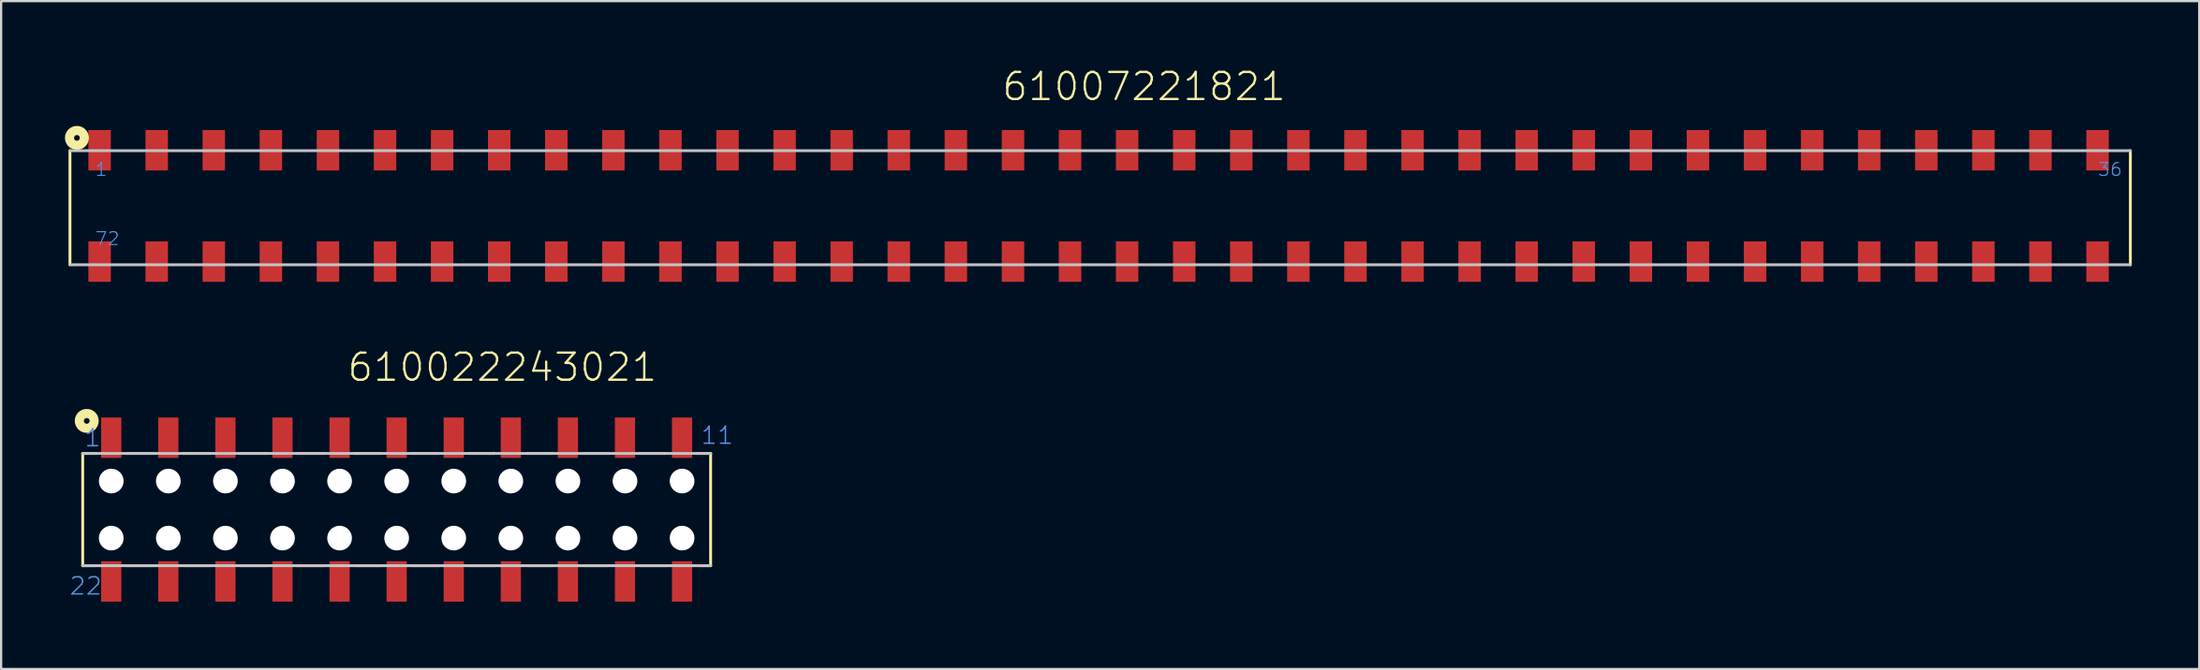
<source format=kicad_pcb>
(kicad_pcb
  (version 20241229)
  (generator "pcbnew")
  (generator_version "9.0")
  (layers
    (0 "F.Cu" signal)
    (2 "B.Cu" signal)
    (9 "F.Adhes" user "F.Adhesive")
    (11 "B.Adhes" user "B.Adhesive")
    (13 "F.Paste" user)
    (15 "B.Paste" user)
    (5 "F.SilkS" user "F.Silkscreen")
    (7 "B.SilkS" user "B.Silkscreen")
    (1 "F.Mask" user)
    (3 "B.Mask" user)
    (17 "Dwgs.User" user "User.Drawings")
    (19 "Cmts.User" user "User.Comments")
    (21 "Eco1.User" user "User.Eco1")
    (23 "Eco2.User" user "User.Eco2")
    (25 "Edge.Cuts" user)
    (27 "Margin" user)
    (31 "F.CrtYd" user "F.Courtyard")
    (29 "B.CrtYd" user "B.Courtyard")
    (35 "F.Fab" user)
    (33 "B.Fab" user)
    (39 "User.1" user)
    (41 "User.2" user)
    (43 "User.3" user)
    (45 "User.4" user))
  (footprint "610022243021"
    (layer "F.Cu")
    (at 14.6 19.644)
    (property "Reference" "610022243021" (at -2.258 -5.632 0) (layer "F.SilkS") (effects (font (size 1.206 1.206) (thickness 0.102)) (justify left bottom)))
    (attr through_hole)
    (fp_line (start -13.97 -2.5) (end -13.97 2.5) (stroke (width 0.127) (type solid)) (layer "F.SilkS"))
    (fp_line (start -13.37 -2.5) (end -13.97 -2.5) (stroke (width 0.127) (type solid)) (layer "F.SilkS"))
    (fp_line (start -13.35 2.5) (end -13.97 2.5) (stroke (width 0.127) (type solid)) (layer "F.SilkS"))
    (fp_line (start -12.05 -2.5) (end -10.86 -2.5) (stroke (width 0.127) (type solid)) (layer "F.SilkS"))
    (fp_line (start -12.03 2.5) (end -10.84 2.5) (stroke (width 0.127) (type solid)) (layer "F.SilkS"))
    (fp_line (start -9.51 -2.5) (end -8.31 -2.5) (stroke (width 0.127) (type solid)) (layer "F.SilkS"))
    (fp_line (start -9.48 2.5) (end -8.28 2.5) (stroke (width 0.127) (type solid)) (layer "F.SilkS"))
    (fp_line (start -6.96 2.5) (end -5.79 2.5) (stroke (width 0.127) (type solid)) (layer "F.SilkS"))
    (fp_line (start -6.95 -2.5) (end -5.78 -2.5) (stroke (width 0.127) (type solid)) (layer "F.SilkS"))
    (fp_line (start -4.45 -2.5) (end -3.18 -2.5) (stroke (width 0.127) (type solid)) (layer "F.SilkS"))
    (fp_line (start -4.41 2.5) (end -3.25 2.5) (stroke (width 0.127) (type solid)) (layer "F.SilkS"))
    (fp_line (start -1.88 -2.5) (end -0.71 -2.5) (stroke (width 0.127) (type solid)) (layer "F.SilkS"))
    (fp_line (start -1.85 2.5) (end -0.71 2.5) (stroke (width 0.127) (type solid)) (layer "F.SilkS"))
    (fp_line (start 0.66 -2.5) (end 1.86 -2.5) (stroke (width 0.127) (type solid)) (layer "F.SilkS"))
    (fp_line (start 0.67 2.5) (end 1.85 2.5) (stroke (width 0.127) (type solid)) (layer "F.SilkS"))
    (fp_line (start 3.25 -2.5) (end 4.33 -2.5) (stroke (width 0.127) (type solid)) (layer "F.SilkS"))
    (fp_line (start 3.27 2.5) (end 4.37 2.5) (stroke (width 0.127) (type solid)) (layer "F.SilkS"))
    (fp_line (start 4.33 -2.5) (end 4.33 -2.51) (stroke (width 0.127) (type solid)) (layer "F.SilkS"))
    (fp_line (start 5.8 -2.5) (end 6.94 -2.5) (stroke (width 0.127) (type solid)) (layer "F.SilkS"))
    (fp_line (start 5.83 2.5) (end 6.91 2.5) (stroke (width 0.127) (type solid)) (layer "F.SilkS"))
    (fp_line (start 8.29 -2.5) (end 9.44 -2.5) (stroke (width 0.127) (type solid)) (layer "F.SilkS"))
    (fp_line (start 8.33 2.5) (end 9.41 2.5) (stroke (width 0.127) (type solid)) (layer "F.SilkS"))
    (fp_line (start 10.82 -2.5) (end 11.97 -2.5) (stroke (width 0.127) (type solid)) (layer "F.SilkS"))
    (fp_line (start 10.88 2.5) (end 12.01 2.5) (stroke (width 0.127) (type solid)) (layer "F.SilkS"))
    (fp_line (start 13.38 -2.5) (end 13.97 -2.5) (stroke (width 0.127) (type solid)) (layer "F.SilkS"))
    (fp_line (start 13.43 2.5) (end 13.97 2.5) (stroke (width 0.127) (type solid)) (layer "F.SilkS"))
    (fp_line (start 13.97 2.5) (end 13.97 -2.5) (stroke (width 0.127) (type solid)) (layer "F.SilkS"))
    (fp_circle (center -13.79 -3.95) (end -13.663 -3.95) (stroke (width 0.406) (type solid)) (fill no) (layer "F.SilkS"))
    (fp_line (start -13.97 -2.5) (end 13.97 -2.5) (stroke (width 0.127) (type solid)) (layer "Dwgs.User"))
    (fp_line (start -13.97 2.5) (end 13.97 2.5) (stroke (width 0.127) (type solid)) (layer "Dwgs.User"))
    (fp_text user "11" (at 13.5 -2.86 0) (layer "Cmts.User") (effects (font (size 0.76 0.76) (thickness 0.064)) (justify left bottom)))
    (fp_text user "22" (at -14.6 3.85 0) (layer "Cmts.User") (effects (font (size 0.76 0.76) (thickness 0.064)) (justify left bottom)))
    (fp_text user "1" (at -13.93 -2.75 0) (layer "Cmts.User") (effects (font (size 0.76 0.76) (thickness 0.064)) (justify left bottom)))
    (pad "" np_thru_hole circle (at -12.7 -1.27) (size 1.1 1.1) (drill 1.1) (layers "*.Cu"))
    (pad "" np_thru_hole circle (at -12.7 1.27) (size 1.1 1.1) (drill 1.1) (layers "*.Cu"))
    (pad "" np_thru_hole circle (at -10.16 -1.27) (size 1.1 1.1) (drill 1.1) (layers "*.Cu"))
    (pad "" np_thru_hole circle (at -10.16 1.27) (size 1.1 1.1) (drill 1.1) (layers "*.Cu"))
    (pad "" np_thru_hole circle (at -7.62 -1.27) (size 1.1 1.1) (drill 1.1) (layers "*.Cu"))
    (pad "" np_thru_hole circle (at -7.62 1.27) (size 1.1 1.1) (drill 1.1) (layers "*.Cu"))
    (pad "" np_thru_hole circle (at -5.08 -1.27) (size 1.1 1.1) (drill 1.1) (layers "*.Cu"))
    (pad "" np_thru_hole circle (at -5.08 1.27) (size 1.1 1.1) (drill 1.1) (layers "*.Cu"))
    (pad "" np_thru_hole circle (at -2.54 -1.27) (size 1.1 1.1) (drill 1.1) (layers "*.Cu"))
    (pad "" np_thru_hole circle (at -2.54 1.27) (size 1.1 1.1) (drill 1.1) (layers "*.Cu"))
    (pad "" np_thru_hole circle (at 0 -1.27) (size 1.1 1.1) (drill 1.1) (layers "*.Cu"))
    (pad "" np_thru_hole circle (at 0 1.27) (size 1.1 1.1) (drill 1.1) (layers "*.Cu"))
    (pad "" np_thru_hole circle (at 2.54 -1.27) (size 1.1 1.1) (drill 1.1) (layers "*.Cu"))
    (pad "" np_thru_hole circle (at 2.54 1.27) (size 1.1 1.1) (drill 1.1) (layers "*.Cu"))
    (pad "" np_thru_hole circle (at 5.08 -1.27) (size 1.1 1.1) (drill 1.1) (layers "*.Cu"))
    (pad "" np_thru_hole circle (at 5.08 1.27) (size 1.1 1.1) (drill 1.1) (layers "*.Cu"))
    (pad "" np_thru_hole circle (at 7.62 -1.27) (size 1.1 1.1) (drill 1.1) (layers "*.Cu"))
    (pad "" np_thru_hole circle (at 7.62 1.27) (size 1.1 1.1) (drill 1.1) (layers "*.Cu"))
    (pad "" np_thru_hole circle (at 10.16 -1.27) (size 1.1 1.1) (drill 1.1) (layers "*.Cu"))
    (pad "" np_thru_hole circle (at 10.16 1.27) (size 1.1 1.1) (drill 1.1) (layers "*.Cu"))
    (pad "" np_thru_hole circle (at 12.7 -1.27) (size 1.1 1.1) (drill 1.1) (layers "*.Cu"))
    (pad "" np_thru_hole circle (at 12.7 1.27) (size 1.1 1.1) (drill 1.1) (layers "*.Cu"))
    (pad "1" smd rect (at -12.7 -3.2 90) (size 1.8 0.9) (layers "F.Cu" "F.Mask" "F.Paste"))
    (pad "2" smd rect (at -10.16 -3.2 90) (size 1.8 0.9) (layers "F.Cu" "F.Mask" "F.Paste"))
    (pad "3" smd rect (at -7.62 -3.2 90) (size 1.8 0.9) (layers "F.Cu" "F.Mask" "F.Paste"))
    (pad "4" smd rect (at -5.08 -3.2 90) (size 1.8 0.9) (layers "F.Cu" "F.Mask" "F.Paste"))
    (pad "5" smd rect (at -2.54 -3.2 90) (size 1.8 0.9) (layers "F.Cu" "F.Mask" "F.Paste"))
    (pad "6" smd rect (at 0 -3.2 90) (size 1.8 0.9) (layers "F.Cu" "F.Mask" "F.Paste"))
    (pad "7" smd rect (at 2.54 -3.2 90) (size 1.8 0.9) (layers "F.Cu" "F.Mask" "F.Paste"))
    (pad "8" smd rect (at 5.08 -3.2 90) (size 1.8 0.9) (layers "F.Cu" "F.Mask" "F.Paste"))
    (pad "9" smd rect (at 7.62 -3.2 90) (size 1.8 0.9) (layers "F.Cu" "F.Mask" "F.Paste"))
    (pad "10" smd rect (at 10.16 -3.2 90) (size 1.8 0.9) (layers "F.Cu" "F.Mask" "F.Paste"))
    (pad "11" smd rect (at 12.7 -3.2 90) (size 1.8 0.9) (layers "F.Cu" "F.Mask" "F.Paste"))
    (pad "12" smd rect (at 12.7 3.2 90) (size 1.8 0.9) (layers "F.Cu" "F.Mask" "F.Paste"))
    (pad "13" smd rect (at 10.16 3.2 90) (size 1.8 0.9) (layers "F.Cu" "F.Mask" "F.Paste"))
    (pad "14" smd rect (at 7.62 3.2 90) (size 1.8 0.9) (layers "F.Cu" "F.Mask" "F.Paste"))
    (pad "15" smd rect (at 5.08 3.2 90) (size 1.8 0.9) (layers "F.Cu" "F.Mask" "F.Paste"))
    (pad "16" smd rect (at 2.54 3.2 90) (size 1.8 0.9) (layers "F.Cu" "F.Mask" "F.Paste"))
    (pad "17" smd rect (at 0 3.2 90) (size 1.8 0.9) (layers "F.Cu" "F.Mask" "F.Paste"))
    (pad "18" smd rect (at -2.54 3.2 90) (size 1.8 0.9) (layers "F.Cu" "F.Mask" "F.Paste"))
    (pad "19" smd rect (at -5.08 3.2 90) (size 1.8 0.9) (layers "F.Cu" "F.Mask" "F.Paste"))
    (pad "20" smd rect (at -7.62 3.2 90) (size 1.8 0.9) (layers "F.Cu" "F.Mask" "F.Paste"))
    (pad "21" smd rect (at -10.16 3.2 90) (size 1.8 0.9) (layers "F.Cu" "F.Mask" "F.Paste"))
    (pad "22" smd rect (at -12.7 3.2 90) (size 1.8 0.9) (layers "F.Cu" "F.Mask" "F.Paste")))
  (footprint "61007221821"
    (layer "F.Cu")
    (at 44.563 6.121)
    (property "Reference" "61007221821" (at -3.09 -4.61 0) (layer "F.SilkS") (effects (font (size 1.206 1.206) (thickness 0.102)) (justify left bottom)))
    (attr through_hole)
    (fp_line (start -44.5 -2.46) (end -44.5 2.62) (stroke (width 0.127) (type solid)) (layer "F.SilkS"))
    (fp_line (start 47.18 -2.46) (end 47.18 2.62) (stroke (width 0.127) (type solid)) (layer "F.SilkS"))
    (fp_circle (center -44.19 -3.03) (end -44.063 -3.03) (stroke (width 0.406) (type solid)) (fill no) (layer "F.SilkS"))
    (fp_line (start -44.5 2.62) (end 47.18 2.62) (stroke (width 0.127) (type solid)) (layer "Dwgs.User"))
    (fp_line (start 47.18 -2.46) (end -44.5 -2.46) (stroke (width 0.127) (type solid)) (layer "Dwgs.User"))
    (fp_text user "72" (at -43.41 1.79 0) (layer "Cmts.User") (effects (font (size 0.57 0.57) (thickness 0.048)) (justify left bottom)))
    (fp_text user "36" (at 45.7 -1.29 0) (layer "Cmts.User") (effects (font (size 0.57 0.57) (thickness 0.048)) (justify left bottom)))
    (fp_text user "1" (at -43.41 -1.29 0) (layer "Cmts.User") (effects (font (size 0.57 0.57) (thickness 0.048)) (justify left bottom)))
    (pad "1" smd rect (at -43.18 -2.48 90) (size 1.8 1) (layers "F.Cu" "F.Mask" "F.Paste"))
    (pad "2" smd rect (at -40.64 -2.48 90) (size 1.8 1) (layers "F.Cu" "F.Mask" "F.Paste"))
    (pad "3" smd rect (at -38.1 -2.48 90) (size 1.8 1) (layers "F.Cu" "F.Mask" "F.Paste"))
    (pad "4" smd rect (at -35.56 -2.48 90) (size 1.8 1) (layers "F.Cu" "F.Mask" "F.Paste"))
    (pad "5" smd rect (at -33.02 -2.48 90) (size 1.8 1) (layers "F.Cu" "F.Mask" "F.Paste"))
    (pad "6" smd rect (at -30.48 -2.48 90) (size 1.8 1) (layers "F.Cu" "F.Mask" "F.Paste"))
    (pad "7" smd rect (at -27.94 -2.48 90) (size 1.8 1) (layers "F.Cu" "F.Mask" "F.Paste"))
    (pad "8" smd rect (at -25.4 -2.48 90) (size 1.8 1) (layers "F.Cu" "F.Mask" "F.Paste"))
    (pad "9" smd rect (at -22.86 -2.48 90) (size 1.8 1) (layers "F.Cu" "F.Mask" "F.Paste"))
    (pad "10" smd rect (at -20.32 -2.48 90) (size 1.8 1) (layers "F.Cu" "F.Mask" "F.Paste"))
    (pad "11" smd rect (at -17.78 -2.48 90) (size 1.8 1) (layers "F.Cu" "F.Mask" "F.Paste"))
    (pad "12" smd rect (at -15.24 -2.48 90) (size 1.8 1) (layers "F.Cu" "F.Mask" "F.Paste"))
    (pad "13" smd rect (at -12.7 -2.48 90) (size 1.8 1) (layers "F.Cu" "F.Mask" "F.Paste"))
    (pad "14" smd rect (at -10.16 -2.48 90) (size 1.8 1) (layers "F.Cu" "F.Mask" "F.Paste"))
    (pad "15" smd rect (at -7.62 -2.48 90) (size 1.8 1) (layers "F.Cu" "F.Mask" "F.Paste"))
    (pad "16" smd rect (at -5.08 -2.48 90) (size 1.8 1) (layers "F.Cu" "F.Mask" "F.Paste"))
    (pad "17" smd rect (at -2.54 -2.48 90) (size 1.8 1) (layers "F.Cu" "F.Mask" "F.Paste"))
    (pad "18" smd rect (at 0 -2.48 90) (size 1.8 1) (layers "F.Cu" "F.Mask" "F.Paste"))
    (pad "19" smd rect (at 2.54 -2.48 90) (size 1.8 1) (layers "F.Cu" "F.Mask" "F.Paste"))
    (pad "20" smd rect (at 5.08 -2.48 90) (size 1.8 1) (layers "F.Cu" "F.Mask" "F.Paste"))
    (pad "21" smd rect (at 7.62 -2.48 90) (size 1.8 1) (layers "F.Cu" "F.Mask" "F.Paste"))
    (pad "22" smd rect (at 10.16 -2.48 90) (size 1.8 1) (layers "F.Cu" "F.Mask" "F.Paste"))
    (pad "23" smd rect (at 12.7 -2.48 90) (size 1.8 1) (layers "F.Cu" "F.Mask" "F.Paste"))
    (pad "24" smd rect (at 15.24 -2.48 90) (size 1.8 1) (layers "F.Cu" "F.Mask" "F.Paste"))
    (pad "25" smd rect (at 17.78 -2.48 90) (size 1.8 1) (layers "F.Cu" "F.Mask" "F.Paste"))
    (pad "26" smd rect (at 20.32 -2.48 90) (size 1.8 1) (layers "F.Cu" "F.Mask" "F.Paste"))
    (pad "27" smd rect (at 22.86 -2.48 90) (size 1.8 1) (layers "F.Cu" "F.Mask" "F.Paste"))
    (pad "28" smd rect (at 25.4 -2.48 90) (size 1.8 1) (layers "F.Cu" "F.Mask" "F.Paste"))
    (pad "29" smd rect (at 27.94 -2.48 90) (size 1.8 1) (layers "F.Cu" "F.Mask" "F.Paste"))
    (pad "30" smd rect (at 30.48 -2.48 90) (size 1.8 1) (layers "F.Cu" "F.Mask" "F.Paste"))
    (pad "31" smd rect (at 33.02 -2.48 90) (size 1.8 1) (layers "F.Cu" "F.Mask" "F.Paste"))
    (pad "32" smd rect (at 35.56 -2.48 90) (size 1.8 1) (layers "F.Cu" "F.Mask" "F.Paste"))
    (pad "33" smd rect (at 38.1 -2.48 90) (size 1.8 1) (layers "F.Cu" "F.Mask" "F.Paste"))
    (pad "34" smd rect (at 40.64 -2.48 90) (size 1.8 1) (layers "F.Cu" "F.Mask" "F.Paste"))
    (pad "35" smd rect (at 43.18 -2.48 90) (size 1.8 1) (layers "F.Cu" "F.Mask" "F.Paste"))
    (pad "36" smd rect (at 45.72 -2.48 90) (size 1.8 1) (layers "F.Cu" "F.Mask" "F.Paste"))
    (pad "37" smd rect (at 45.72 2.48 90) (size 1.8 1) (layers "F.Cu" "F.Mask" "F.Paste"))
    (pad "38" smd rect (at 43.18 2.48 90) (size 1.8 1) (layers "F.Cu" "F.Mask" "F.Paste"))
    (pad "39" smd rect (at 40.64 2.48 90) (size 1.8 1) (layers "F.Cu" "F.Mask" "F.Paste"))
    (pad "40" smd rect (at 38.1 2.48 90) (size 1.8 1) (layers "F.Cu" "F.Mask" "F.Paste"))
    (pad "41" smd rect (at 35.56 2.48 90) (size 1.8 1) (layers "F.Cu" "F.Mask" "F.Paste"))
    (pad "42" smd rect (at 33.02 2.48 90) (size 1.8 1) (layers "F.Cu" "F.Mask" "F.Paste"))
    (pad "43" smd rect (at 30.48 2.48 90) (size 1.8 1) (layers "F.Cu" "F.Mask" "F.Paste"))
    (pad "44" smd rect (at 27.94 2.48 90) (size 1.8 1) (layers "F.Cu" "F.Mask" "F.Paste"))
    (pad "45" smd rect (at 25.4 2.48 90) (size 1.8 1) (layers "F.Cu" "F.Mask" "F.Paste"))
    (pad "46" smd rect (at 22.86 2.48 90) (size 1.8 1) (layers "F.Cu" "F.Mask" "F.Paste"))
    (pad "47" smd rect (at 20.32 2.48 90) (size 1.8 1) (layers "F.Cu" "F.Mask" "F.Paste"))
    (pad "48" smd rect (at 17.78 2.48 90) (size 1.8 1) (layers "F.Cu" "F.Mask" "F.Paste"))
    (pad "49" smd rect (at 15.24 2.48 90) (size 1.8 1) (layers "F.Cu" "F.Mask" "F.Paste"))
    (pad "50" smd rect (at 12.7 2.48 90) (size 1.8 1) (layers "F.Cu" "F.Mask" "F.Paste"))
    (pad "51" smd rect (at 10.16 2.48 90) (size 1.8 1) (layers "F.Cu" "F.Mask" "F.Paste"))
    (pad "52" smd rect (at 7.62 2.48 90) (size 1.8 1) (layers "F.Cu" "F.Mask" "F.Paste"))
    (pad "53" smd rect (at 5.08 2.48 90) (size 1.8 1) (layers "F.Cu" "F.Mask" "F.Paste"))
    (pad "54" smd rect (at 2.54 2.48 90) (size 1.8 1) (layers "F.Cu" "F.Mask" "F.Paste"))
    (pad "55" smd rect (at 0 2.48 90) (size 1.8 1) (layers "F.Cu" "F.Mask" "F.Paste"))
    (pad "56" smd rect (at -2.54 2.48 90) (size 1.8 1) (layers "F.Cu" "F.Mask" "F.Paste"))
    (pad "57" smd rect (at -5.08 2.48 90) (size 1.8 1) (layers "F.Cu" "F.Mask" "F.Paste"))
    (pad "58" smd rect (at -7.62 2.48 90) (size 1.8 1) (layers "F.Cu" "F.Mask" "F.Paste"))
    (pad "59" smd rect (at -10.16 2.48 90) (size 1.8 1) (layers "F.Cu" "F.Mask" "F.Paste"))
    (pad "60" smd rect (at -12.7 2.48 90) (size 1.8 1) (layers "F.Cu" "F.Mask" "F.Paste"))
    (pad "61" smd rect (at -15.24 2.48 90) (size 1.8 1) (layers "F.Cu" "F.Mask" "F.Paste"))
    (pad "62" smd rect (at -17.78 2.48 90) (size 1.8 1) (layers "F.Cu" "F.Mask" "F.Paste"))
    (pad "63" smd rect (at -20.32 2.48 90) (size 1.8 1) (layers "F.Cu" "F.Mask" "F.Paste"))
    (pad "64" smd rect (at -22.86 2.48 90) (size 1.8 1) (layers "F.Cu" "F.Mask" "F.Paste"))
    (pad "65" smd rect (at -25.4 2.48 90) (size 1.8 1) (layers "F.Cu" "F.Mask" "F.Paste"))
    (pad "66" smd rect (at -27.94 2.48 90) (size 1.8 1) (layers "F.Cu" "F.Mask" "F.Paste"))
    (pad "67" smd rect (at -30.48 2.48 90) (size 1.8 1) (layers "F.Cu" "F.Mask" "F.Paste"))
    (pad "68" smd rect (at -33.02 2.48 90) (size 1.8 1) (layers "F.Cu" "F.Mask" "F.Paste"))
    (pad "69" smd rect (at -35.56 2.48 90) (size 1.8 1) (layers "F.Cu" "F.Mask" "F.Paste"))
    (pad "70" smd rect (at -38.1 2.48 90) (size 1.8 1) (layers "F.Cu" "F.Mask" "F.Paste"))
    (pad "71" smd rect (at -40.64 2.48 90) (size 1.8 1) (layers "F.Cu" "F.Mask" "F.Paste"))
    (pad "72" smd rect (at -43.18 2.48 90) (size 1.8 1) (layers "F.Cu" "F.Mask" "F.Paste")))
  (gr_rect
    (start -3 -3)
    (end 94.807 26.744)
    (stroke (width 0.1) (type default))
    (fill no)
    (layer "Edge.Cuts")))
</source>
